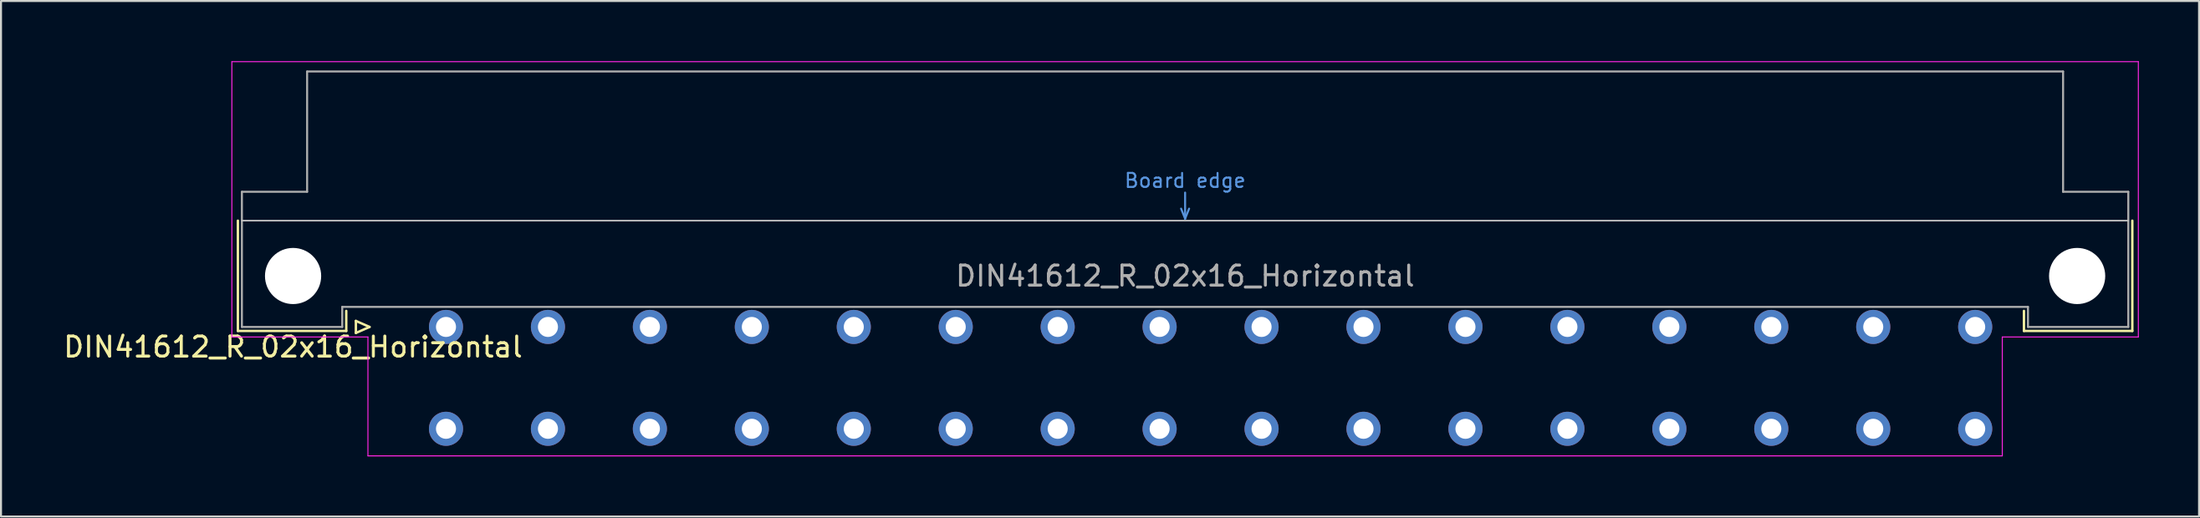
<source format=kicad_pcb>
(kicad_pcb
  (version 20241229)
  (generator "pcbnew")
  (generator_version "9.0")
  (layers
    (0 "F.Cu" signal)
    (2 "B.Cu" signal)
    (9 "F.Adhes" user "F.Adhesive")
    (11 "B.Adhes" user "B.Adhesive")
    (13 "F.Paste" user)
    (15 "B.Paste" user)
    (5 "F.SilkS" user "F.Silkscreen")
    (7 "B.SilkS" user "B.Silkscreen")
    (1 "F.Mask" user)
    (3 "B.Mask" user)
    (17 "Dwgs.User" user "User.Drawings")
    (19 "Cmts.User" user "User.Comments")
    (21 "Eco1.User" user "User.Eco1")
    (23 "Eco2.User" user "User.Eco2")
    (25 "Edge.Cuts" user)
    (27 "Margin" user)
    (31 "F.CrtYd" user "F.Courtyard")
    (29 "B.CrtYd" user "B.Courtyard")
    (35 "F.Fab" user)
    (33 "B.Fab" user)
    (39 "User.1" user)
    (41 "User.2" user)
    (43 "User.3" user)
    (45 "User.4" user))
  (footprint "DIN41612_R_02x16_Horizontal"
    (layer "F.Cu")
    (at 16.634 13.255)
    (property "Reference" "DIN41612_R_02x16_Horizontal" (at -5.08 1 0) (layer "F.SilkS") (effects (font (size 1 1) (thickness 0.15))))
    (attr through_hole)
    (fp_line (start -7.83 -5.3) (end -7.83 0.2) (stroke (width 0.12) (type solid)) (layer "F.SilkS"))
    (fp_line (start -7.83 0.2) (end -2.43 0.2) (stroke (width 0.12) (type solid)) (layer "F.SilkS"))
    (fp_line (start -2.43 0.2) (end -2.43 -0.8) (stroke (width 0.12) (type solid)) (layer "F.SilkS"))
    (fp_line (start -1.95 -0.3) (end -1.95 0.3) (stroke (width 0.12) (type solid)) (layer "F.SilkS"))
    (fp_line (start -1.95 0.3) (end -1.27 0) (stroke (width 0.12) (type solid)) (layer "F.SilkS"))
    (fp_line (start -1.27 0) (end -1.95 -0.3) (stroke (width 0.12) (type solid)) (layer "F.SilkS"))
    (fp_line (start 81.17 0.2) (end 81.17 -0.8) (stroke (width 0.12) (type solid)) (layer "F.SilkS"))
    (fp_line (start 86.57 -5.3) (end 86.57 0.2) (stroke (width 0.12) (type solid)) (layer "F.SilkS"))
    (fp_line (start 86.57 0.2) (end 81.17 0.2) (stroke (width 0.12) (type solid)) (layer "F.SilkS"))
    (fp_line (start -7.63 -5.3) (end 86.37 -5.3) (stroke (width 0.08) (type solid)) (layer "Dwgs.User"))
    (fp_line (start 39.17 -5.9) (end 39.37 -5.4) (stroke (width 0.1) (type solid)) (layer "Cmts.User"))
    (fp_line (start 39.37 -5.4) (end 39.37 -6.7) (stroke (width 0.1) (type solid)) (layer "Cmts.User"))
    (fp_line (start 39.37 -5.4) (end 39.57 -5.9) (stroke (width 0.1) (type solid)) (layer "Cmts.User"))
    (fp_line (start -8.13 -13.23) (end -8.13 0.5) (stroke (width 0.05) (type solid)) (layer "F.CrtYd"))
    (fp_line (start -8.13 0.5) (end -1.35 0.5) (stroke (width 0.05) (type solid)) (layer "F.CrtYd"))
    (fp_line (start -1.35 0.5) (end -1.35 6.43) (stroke (width 0.05) (type solid)) (layer "F.CrtYd"))
    (fp_line (start -1.35 6.43) (end 80.09 6.43) (stroke (width 0.05) (type solid)) (layer "F.CrtYd"))
    (fp_line (start 80.09 0.5) (end 86.87 0.5) (stroke (width 0.05) (type solid)) (layer "F.CrtYd"))
    (fp_line (start 80.09 6.43) (end 80.09 0.5) (stroke (width 0.05) (type solid)) (layer "F.CrtYd"))
    (fp_line (start 86.87 -13.23) (end -8.13 -13.23) (stroke (width 0.05) (type solid)) (layer "F.CrtYd"))
    (fp_line (start 86.87 0.5) (end 86.87 -13.23) (stroke (width 0.05) (type solid)) (layer "F.CrtYd"))
    (fp_line (start -7.63 -6.74) (end -7.63 0) (stroke (width 0.1) (type solid)) (layer "F.Fab"))
    (fp_line (start -7.63 0) (end -2.63 0) (stroke (width 0.1) (type solid)) (layer "F.Fab"))
    (fp_line (start -4.38 -12.74) (end -4.38 -6.74) (stroke (width 0.1) (type solid)) (layer "F.Fab"))
    (fp_line (start -4.38 -6.74) (end -7.63 -6.74) (stroke (width 0.1) (type solid)) (layer "F.Fab"))
    (fp_line (start -2.63 -1) (end 81.37 -1) (stroke (width 0.1) (type solid)) (layer "F.Fab"))
    (fp_line (start -2.63 0) (end -2.63 -1) (stroke (width 0.1) (type solid)) (layer "F.Fab"))
    (fp_line (start 81.37 -1) (end 81.37 0) (stroke (width 0.1) (type solid)) (layer "F.Fab"))
    (fp_line (start 81.37 0) (end 86.37 0) (stroke (width 0.1) (type solid)) (layer "F.Fab"))
    (fp_line (start 83.12 -12.74) (end -4.38 -12.74) (stroke (width 0.1) (type solid)) (layer "F.Fab"))
    (fp_line (start 83.12 -6.74) (end 83.12 -12.74) (stroke (width 0.1) (type solid)) (layer "F.Fab"))
    (fp_line (start 86.37 -6.74) (end 83.12 -6.74) (stroke (width 0.1) (type solid)) (layer "F.Fab"))
    (fp_line (start 86.37 0) (end 86.37 -6.74) (stroke (width 0.1) (type solid)) (layer "F.Fab"))
    (fp_text user "Board edge" (at 39.37 -7.3 0) (layer "Cmts.User") (effects (font (size 0.7 0.7) (thickness 0.1))))
    (fp_text user "${REFERENCE}" (at 39.37 -2.54 0) (layer "F.Fab") (effects (font (size 1 1) (thickness 0.15))))
    (pad "" np_thru_hole circle (at -5.08 -2.54) (size 2.8 2.8) (drill 2.8) (layers "*.Cu" "*.Mask"))
    (pad "" np_thru_hole circle (at 83.82 -2.54) (size 2.8 2.8) (drill 2.8) (layers "*.Cu" "*.Mask"))
    (pad "a2" thru_hole circle (at 2.54 0) (size 1.7 1.7) (drill 1) (layers "*.Cu" "*.Mask"))
    (pad "a4" thru_hole circle (at 7.62 0) (size 1.7 1.7) (drill 1) (layers "*.Cu" "*.Mask"))
    (pad "a6" thru_hole circle (at 12.7 0) (size 1.7 1.7) (drill 1) (layers "*.Cu" "*.Mask"))
    (pad "a8" thru_hole circle (at 17.78 0) (size 1.7 1.7) (drill 1) (layers "*.Cu" "*.Mask"))
    (pad "a10" thru_hole circle (at 22.86 0) (size 1.7 1.7) (drill 1) (layers "*.Cu" "*.Mask"))
    (pad "a12" thru_hole circle (at 27.94 0) (size 1.7 1.7) (drill 1) (layers "*.Cu" "*.Mask"))
    (pad "a14" thru_hole circle (at 33.02 0) (size 1.7 1.7) (drill 1) (layers "*.Cu" "*.Mask"))
    (pad "a16" thru_hole circle (at 38.1 0) (size 1.7 1.7) (drill 1) (layers "*.Cu" "*.Mask"))
    (pad "a18" thru_hole circle (at 43.18 0) (size 1.7 1.7) (drill 1) (layers "*.Cu" "*.Mask"))
    (pad "a20" thru_hole circle (at 48.26 0) (size 1.7 1.7) (drill 1) (layers "*.Cu" "*.Mask"))
    (pad "a22" thru_hole circle (at 53.34 0) (size 1.7 1.7) (drill 1) (layers "*.Cu" "*.Mask"))
    (pad "a24" thru_hole circle (at 58.42 0) (size 1.7 1.7) (drill 1) (layers "*.Cu" "*.Mask"))
    (pad "a26" thru_hole circle (at 63.5 0) (size 1.7 1.7) (drill 1) (layers "*.Cu" "*.Mask"))
    (pad "a28" thru_hole circle (at 68.58 0) (size 1.7 1.7) (drill 1) (layers "*.Cu" "*.Mask"))
    (pad "a30" thru_hole circle (at 73.66 0) (size 1.7 1.7) (drill 1) (layers "*.Cu" "*.Mask"))
    (pad "a32" thru_hole circle (at 78.74 0) (size 1.7 1.7) (drill 1) (layers "*.Cu" "*.Mask"))
    (pad "c2" thru_hole circle (at 2.54 5.08) (size 1.7 1.7) (drill 1) (layers "*.Cu" "*.Mask"))
    (pad "c4" thru_hole circle (at 7.62 5.08) (size 1.7 1.7) (drill 1) (layers "*.Cu" "*.Mask"))
    (pad "c6" thru_hole circle (at 12.7 5.08) (size 1.7 1.7) (drill 1) (layers "*.Cu" "*.Mask"))
    (pad "c8" thru_hole circle (at 17.78 5.08) (size 1.7 1.7) (drill 1) (layers "*.Cu" "*.Mask"))
    (pad "c10" thru_hole circle (at 22.86 5.08) (size 1.7 1.7) (drill 1) (layers "*.Cu" "*.Mask"))
    (pad "c12" thru_hole circle (at 27.94 5.08) (size 1.7 1.7) (drill 1) (layers "*.Cu" "*.Mask"))
    (pad "c14" thru_hole circle (at 33.02 5.08) (size 1.7 1.7) (drill 1) (layers "*.Cu" "*.Mask"))
    (pad "c16" thru_hole circle (at 38.1 5.08) (size 1.7 1.7) (drill 1) (layers "*.Cu" "*.Mask"))
    (pad "c18" thru_hole circle (at 43.18 5.08) (size 1.7 1.7) (drill 1) (layers "*.Cu" "*.Mask"))
    (pad "c20" thru_hole circle (at 48.26 5.08) (size 1.7 1.7) (drill 1) (layers "*.Cu" "*.Mask"))
    (pad "c22" thru_hole circle (at 53.34 5.08) (size 1.7 1.7) (drill 1) (layers "*.Cu" "*.Mask"))
    (pad "c24" thru_hole circle (at 58.42 5.08) (size 1.7 1.7) (drill 1) (layers "*.Cu" "*.Mask"))
    (pad "c26" thru_hole circle (at 63.5 5.08) (size 1.7 1.7) (drill 1) (layers "*.Cu" "*.Mask"))
    (pad "c28" thru_hole circle (at 68.58 5.08) (size 1.7 1.7) (drill 1) (layers "*.Cu" "*.Mask"))
    (pad "c30" thru_hole circle (at 73.66 5.08) (size 1.7 1.7) (drill 1) (layers "*.Cu" "*.Mask"))
    (pad "c32" thru_hole circle (at 78.74 5.08) (size 1.7 1.7) (drill 1) (layers "*.Cu" "*.Mask")))
  (gr_rect
    (start -3 -3)
    (end 106.529 22.71)
    (stroke (width 0.1) (type default))
    (fill no)
    (layer "Edge.Cuts")))
</source>
